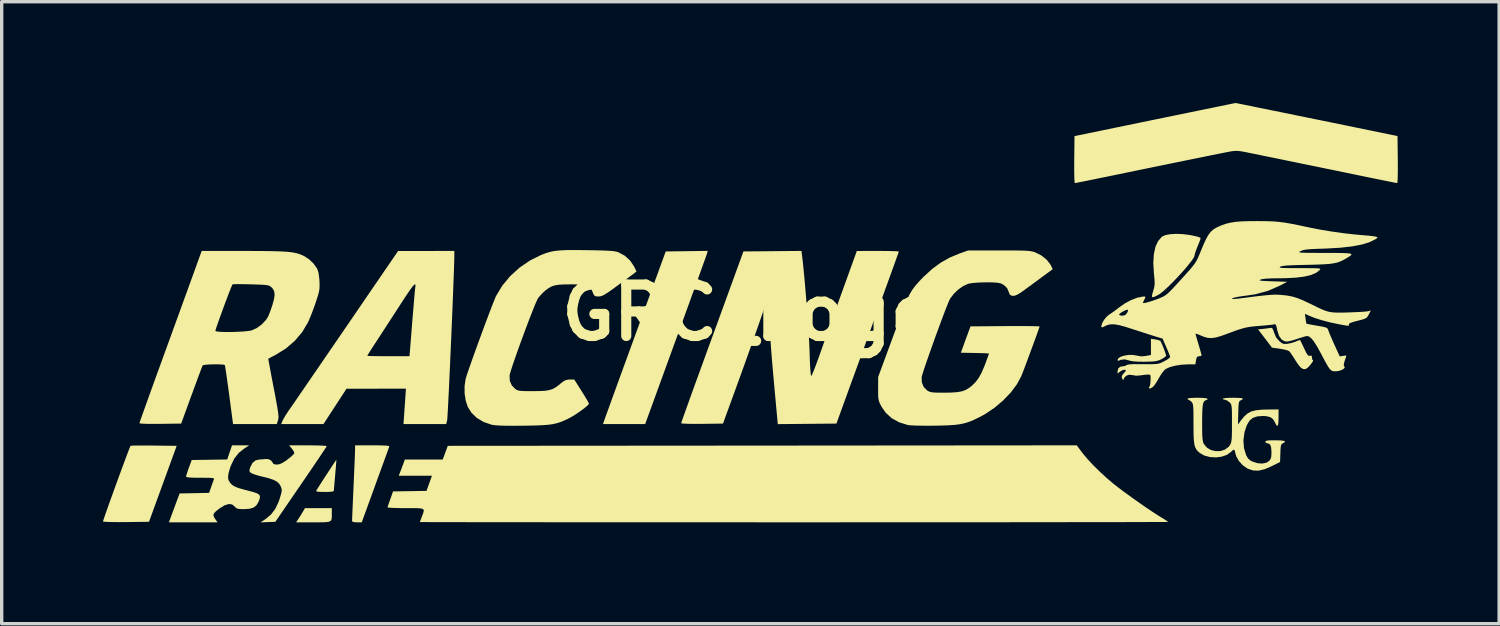
<source format=kicad_pcb>
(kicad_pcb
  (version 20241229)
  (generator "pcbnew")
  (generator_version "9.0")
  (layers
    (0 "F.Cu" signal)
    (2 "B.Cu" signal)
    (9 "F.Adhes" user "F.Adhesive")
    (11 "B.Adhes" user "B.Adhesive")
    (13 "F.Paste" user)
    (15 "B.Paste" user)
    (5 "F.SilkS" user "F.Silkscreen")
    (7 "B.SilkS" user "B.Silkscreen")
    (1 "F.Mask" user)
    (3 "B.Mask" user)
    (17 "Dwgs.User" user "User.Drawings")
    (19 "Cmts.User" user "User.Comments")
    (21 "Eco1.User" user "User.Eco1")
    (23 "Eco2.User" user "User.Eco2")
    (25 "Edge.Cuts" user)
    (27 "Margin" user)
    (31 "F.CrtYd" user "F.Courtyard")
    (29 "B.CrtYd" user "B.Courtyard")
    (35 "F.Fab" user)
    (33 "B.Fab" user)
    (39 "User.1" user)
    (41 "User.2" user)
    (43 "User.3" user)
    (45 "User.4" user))
  (footprint "GRC_Logo"
    (layer "F.Cu")
    (at 19.162 6.211)
    (property "Reference" "GRC_Logo" (at 0 0 0) (layer "F.SilkS") (effects (font (size 1.524 1.524) (thickness 0.3))))
    (attr board_only exclude_from_pos_files exclude_from_bom)
    (fp_poly (pts (xy -12.385 5.95) (xy -12.385 6.041) (xy -12.39 6.108) (xy -12.408 6.154) (xy -12.447 6.183) (xy -12.515 6.199) (xy -12.62 6.206) (xy -12.771 6.208) (xy -12.931 6.208) (xy -13.441 6.208) (xy -13.377 6.11) (xy -13.317 6.017) (xy -13.255 5.915) (xy -13.246 5.9) (xy -13.18 5.788) (xy -12.782 5.788) (xy -12.385 5.788)) (stroke (width 0) (type solid)) (fill yes) (layer "F.SilkS"))
    (fp_poly (pts (xy -12.251 4.387) (xy -12.257 4.466) (xy -12.266 4.584) (xy -12.279 4.728) (xy -12.283 4.783) (xy -12.297 4.939) (xy -12.309 5.077) (xy -12.318 5.184) (xy -12.323 5.247) (xy -12.323 5.255) (xy -12.331 5.281) (xy -12.359 5.296) (xy -12.42 5.304) (xy -12.523 5.308) (xy -12.597 5.308) (xy -12.726 5.306) (xy -12.805 5.301) (xy -12.842 5.289) (xy -12.846 5.271) (xy -12.844 5.267) (xy -12.809 5.211) (xy -12.752 5.121) (xy -12.68 5.008) (xy -12.598 4.881) (xy -12.512 4.75) (xy -12.429 4.623) (xy -12.356 4.511) (xy -12.297 4.423) (xy -12.26 4.369) (xy -12.25 4.356)) (stroke (width 0) (type solid)) (fill yes) (layer "F.SilkS"))
    (fp_poly (pts (xy -1.27 -1.762) (xy -1.282 -1.725) (xy -1.314 -1.635) (xy -1.363 -1.497) (xy -1.429 -1.315) (xy -1.508 -1.093) (xy -1.601 -0.836) (xy -1.706 -0.547) (xy -1.82 -0.231) (xy -1.943 0.108) (xy -2.073 0.466) (xy -2.196 0.802) (xy -3.104 3.298) (xy -3.728 3.298) (xy -4.352 3.299) (xy -4.331 3.231) (xy -4.318 3.194) (xy -4.286 3.104) (xy -4.236 2.966) (xy -4.17 2.784) (xy -4.09 2.562) (xy -3.996 2.305) (xy -3.892 2.017) (xy -3.777 1.701) (xy -3.653 1.362) (xy -3.523 1.005) (xy -3.403 0.675) (xy -2.496 -1.814) (xy -1.874 -1.822) (xy -1.252 -1.831)) (stroke (width 0) (type solid)) (fill yes) (layer "F.SilkS"))
    (fp_poly (pts (xy -17.756 3.934) (xy -17.655 3.935) (xy -16.979 3.943) (xy -17.389 5.068) (xy -17.799 6.193) (xy -18.481 6.201) (xy -18.676 6.202) (xy -18.849 6.201) (xy -18.992 6.198) (xy -19.096 6.193) (xy -19.154 6.187) (xy -19.162 6.183) (xy -19.152 6.148) (xy -19.124 6.064) (xy -19.081 5.939) (xy -19.025 5.78) (xy -18.959 5.595) (xy -18.885 5.391) (xy -18.808 5.176) (xy -18.728 4.957) (xy -18.649 4.742) (xy -18.574 4.538) (xy -18.505 4.352) (xy -18.445 4.192) (xy -18.397 4.066) (xy -18.363 3.98) (xy -18.346 3.942) (xy -18.346 3.942) (xy -18.313 3.938) (xy -18.229 3.935) (xy -18.102 3.934) (xy -17.942 3.933)) (stroke (width 0) (type solid)) (fill yes) (layer "F.SilkS"))
    (fp_poly (pts (xy -10.988 3.929) (xy -10.847 3.933) (xy -10.754 3.939) (xy -10.701 3.948) (xy -10.683 3.961) (xy -10.683 3.966) (xy -10.696 4.002) (xy -10.727 4.087) (xy -10.774 4.217) (xy -10.835 4.384) (xy -10.907 4.582) (xy -10.988 4.805) (xy -11.076 5.046) (xy -11.097 5.105) (xy -11.498 6.208) (xy -11.642 6.208) (xy -11.73 6.204) (xy -11.774 6.188) (xy -11.785 6.156) (xy -11.785 6.155) (xy -11.783 6.113) (xy -11.78 6.019) (xy -11.774 5.88) (xy -11.766 5.704) (xy -11.757 5.498) (xy -11.747 5.269) (xy -11.74 5.128) (xy -11.73 4.887) (xy -11.72 4.66) (xy -11.711 4.457) (xy -11.704 4.284) (xy -11.699 4.151) (xy -11.696 4.065) (xy -11.696 4.041) (xy -11.695 3.928) (xy -11.182 3.928)) (stroke (width 0) (type solid)) (fill yes) (layer "F.SilkS"))
    (fp_poly (pts (xy 12.003 0.792) (xy 12.087 0.81) (xy 12.143 0.829) (xy 12.153 0.835) (xy 12.175 0.875) (xy 12.21 0.952) (xy 12.25 1.05) (xy 12.287 1.148) (xy 12.315 1.23) (xy 12.325 1.274) (xy 12.3 1.305) (xy 12.237 1.349) (xy 12.183 1.378) (xy 12.112 1.41) (xy 12.042 1.43) (xy 11.955 1.443) (xy 11.838 1.449) (xy 11.685 1.452) (xy 11.496 1.45) (xy 11.35 1.44) (xy 11.254 1.423) (xy 11.239 1.417) (xy 11.1 1.382) (xy 10.977 1.396) (xy 10.944 1.411) (xy 10.899 1.426) (xy 10.886 1.4) (xy 10.886 1.397) (xy 10.913 1.346) (xy 10.986 1.302) (xy 11.091 1.27) (xy 11.213 1.251) (xy 11.337 1.25) (xy 11.451 1.269) (xy 11.452 1.27) (xy 11.588 1.294) (xy 11.73 1.28) (xy 11.875 1.252) (xy 11.875 0.772)) (stroke (width 0) (type solid)) (fill yes) (layer "F.SilkS"))
    (fp_poly (pts (xy 12.819 -2.327) (xy 13.027 -2.301) (xy 13.057 -2.295) (xy 13.193 -2.267) (xy 13.29 -2.24) (xy 13.34 -2.216) (xy 13.345 -2.208) (xy 13.334 -2.165) (xy 13.304 -2.083) (xy 13.262 -1.979) (xy 13.256 -1.963) (xy 13.212 -1.853) (xy 13.18 -1.757) (xy 13.166 -1.694) (xy 13.166 -1.69) (xy 13.145 -1.636) (xy 13.087 -1.548) (xy 12.999 -1.435) (xy 12.89 -1.303) (xy 12.764 -1.162) (xy 12.631 -1.017) (xy 12.496 -0.878) (xy 12.367 -0.752) (xy 12.251 -0.646) (xy 12.154 -0.568) (xy 12.102 -0.534) (xy 11.993 -0.478) (xy 11.93 -0.457) (xy 11.904 -0.475) (xy 11.911 -0.536) (xy 11.94 -0.637) (xy 11.965 -0.723) (xy 11.98 -0.798) (xy 11.985 -0.877) (xy 11.981 -0.976) (xy 11.968 -1.114) (xy 11.962 -1.173) (xy 11.945 -1.472) (xy 11.961 -1.732) (xy 12.008 -1.951) (xy 12.087 -2.123) (xy 12.197 -2.248) (xy 12.208 -2.256) (xy 12.304 -2.299) (xy 12.445 -2.325) (xy 12.621 -2.335)) (stroke (width 0) (type solid)) (fill yes) (layer "F.SilkS"))
    (fp_poly (pts (xy 15.474 0.466) (xy 15.508 0.546) (xy 15.519 0.584) (xy 15.582 0.733) (xy 15.669 0.835) (xy 15.743 0.896) (xy 15.802 0.923) (xy 15.876 0.925) (xy 15.922 0.92) (xy 16.036 0.898) (xy 16.147 0.862) (xy 16.173 0.851) (xy 16.244 0.821) (xy 16.288 0.81) (xy 16.293 0.812) (xy 16.309 0.843) (xy 16.345 0.915) (xy 16.392 1.015) (xy 16.413 1.059) (xy 16.468 1.174) (xy 16.509 1.242) (xy 16.541 1.273) (xy 16.572 1.277) (xy 16.583 1.275) (xy 16.628 1.271) (xy 16.643 1.308) (xy 16.643 1.332) (xy 16.654 1.39) (xy 16.675 1.409) (xy 16.676 1.43) (xy 16.643 1.483) (xy 16.597 1.544) (xy 16.514 1.633) (xy 16.446 1.673) (xy 16.38 1.667) (xy 16.324 1.636) (xy 16.28 1.59) (xy 16.217 1.508) (xy 16.149 1.405) (xy 16.135 1.382) (xy 16.071 1.279) (xy 16.012 1.194) (xy 15.971 1.142) (xy 15.964 1.136) (xy 15.914 1.114) (xy 15.823 1.091) (xy 15.709 1.07) (xy 15.69 1.067) (xy 15.46 1.035) (xy 15.254 0.765) (xy 15.048 0.495) (xy 15.223 0.476) (xy 15.325 0.464) (xy 15.406 0.453) (xy 15.439 0.446)) (stroke (width 0) (type solid)) (fill yes) (layer "F.SilkS"))
    (fp_poly (pts (xy -12.917 3.93) (xy -12.764 3.933) (xy -12.644 3.938) (xy -12.564 3.944) (xy -12.535 3.951) (xy -12.535 3.951) (xy -12.552 3.98) (xy -12.599 4.053) (xy -12.673 4.165) (xy -12.771 4.311) (xy -12.89 4.487) (xy -13.025 4.686) (xy -13.175 4.905) (xy -13.297 5.083) (xy -14.057 6.193) (xy -14.276 6.201) (xy -14.495 6.21) (xy -14.348 6.112) (xy -14.187 5.977) (xy -14.061 5.813) (xy -13.962 5.606) (xy -13.928 5.505) (xy -13.891 5.383) (xy -13.871 5.3) (xy -13.868 5.242) (xy -13.879 5.19) (xy -13.896 5.148) (xy -13.941 5.069) (xy -14.008 5.005) (xy -14.107 4.952) (xy -14.248 4.904) (xy -14.426 4.859) (xy -14.558 4.826) (xy -14.674 4.79) (xy -14.756 4.758) (xy -14.784 4.742) (xy -14.818 4.706) (xy -14.825 4.665) (xy -14.807 4.597) (xy -14.799 4.573) (xy -14.732 4.446) (xy -14.638 4.371) (xy -14.518 4.346) (xy -14.429 4.342) (xy -14.357 4.334) (xy -14.353 4.333) (xy -14.262 4.338) (xy -14.182 4.378) (xy -14.14 4.437) (xy -14.111 4.48) (xy -14.048 4.497) (xy -14.01 4.498) (xy -13.936 4.487) (xy -13.854 4.452) (xy -13.749 4.386) (xy -13.697 4.348) (xy -13.604 4.275) (xy -13.534 4.21) (xy -13.497 4.165) (xy -13.495 4.156) (xy -13.513 4.107) (xy -13.558 4.039) (xy -13.572 4.021) (xy -13.65 3.928) (xy -13.093 3.928)) (stroke (width 0) (type solid)) (fill yes) (layer "F.SilkS"))
    (fp_poly (pts (xy 15.504 -5.983) (xy 15.801 -5.923) (xy 16.141 -5.853) (xy 16.509 -5.778) (xy 16.889 -5.701) (xy 17.265 -5.624) (xy 17.622 -5.551) (xy 17.903 -5.493) (xy 19.177 -5.231) (xy 19.186 -4.535) (xy 19.187 -4.338) (xy 19.186 -4.162) (xy 19.183 -4.017) (xy 19.179 -3.909) (xy 19.173 -3.849) (xy 19.169 -3.838) (xy 19.147 -3.842) (xy 19.094 -3.852) (xy 19.006 -3.869) (xy 18.88 -3.894) (xy 18.713 -3.928) (xy 18.503 -3.971) (xy 18.247 -4.023) (xy 17.942 -4.086) (xy 17.584 -4.16) (xy 17.172 -4.245) (xy 17.033 -4.273) (xy 16.856 -4.31) (xy 16.636 -4.355) (xy 16.391 -4.405) (xy 16.136 -4.458) (xy 15.887 -4.508) (xy 15.789 -4.529) (xy 15.564 -4.575) (xy 15.339 -4.621) (xy 15.127 -4.664) (xy 14.941 -4.702) (xy 14.793 -4.732) (xy 14.729 -4.746) (xy 14.578 -4.775) (xy 14.465 -4.79) (xy 14.374 -4.793) (xy 14.284 -4.784) (xy 14.234 -4.776) (xy 14.162 -4.762) (xy 14.033 -4.737) (xy 13.853 -4.701) (xy 13.624 -4.655) (xy 13.351 -4.599) (xy 13.035 -4.535) (xy 12.681 -4.463) (xy 12.293 -4.383) (xy 11.872 -4.297) (xy 11.424 -4.205) (xy 10.951 -4.107) (xy 10.529 -4.02) (xy 10.306 -3.975) (xy 10.103 -3.933) (xy 9.926 -3.897) (xy 9.782 -3.869) (xy 9.68 -3.849) (xy 9.627 -3.839) (xy 9.621 -3.838) (xy 9.614 -3.867) (xy 9.608 -3.947) (xy 9.604 -4.071) (xy 9.602 -4.229) (xy 9.602 -4.414) (xy 9.603 -4.534) (xy 9.611 -5.23) (xy 11.995 -5.721) (xy 14.379 -6.211)) (stroke (width 0) (type solid)) (fill yes) (layer "F.SilkS"))
    (fp_poly (pts (xy -14.967 4.014) (xy -15.139 4.15) (xy -15.272 4.318) (xy -15.374 4.529) (xy -15.397 4.593) (xy -15.442 4.749) (xy -15.459 4.866) (xy -15.445 4.956) (xy -15.399 5.034) (xy -15.352 5.085) (xy -15.298 5.127) (xy -15.225 5.164) (xy -15.121 5.201) (xy -14.974 5.242) (xy -14.896 5.262) (xy -14.728 5.306) (xy -14.612 5.344) (xy -14.543 5.384) (xy -14.513 5.433) (xy -14.517 5.496) (xy -14.547 5.58) (xy -14.562 5.614) (xy -14.622 5.711) (xy -14.705 5.773) (xy -14.821 5.807) (xy -14.984 5.818) (xy -14.99 5.818) (xy -15.104 5.815) (xy -15.175 5.805) (xy -15.221 5.783) (xy -15.259 5.743) (xy -15.337 5.679) (xy -15.435 5.666) (xy -15.556 5.703) (xy -15.703 5.793) (xy -15.721 5.806) (xy -15.823 5.886) (xy -15.878 5.947) (xy -15.892 6.002) (xy -15.868 6.065) (xy -15.829 6.125) (xy -15.77 6.208) (xy -17.209 6.208) (xy -17.124 5.975) (xy -17.071 5.832) (xy -17.014 5.679) (xy -16.966 5.549) (xy -16.966 5.548) (xy -16.892 5.353) (xy -16.456 5.345) (xy -16.019 5.336) (xy -15.959 5.165) (xy -15.924 5.063) (xy -15.893 4.979) (xy -15.879 4.941) (xy -15.874 4.92) (xy -15.887 4.905) (xy -15.925 4.896) (xy -15.998 4.891) (xy -16.113 4.889) (xy -16.279 4.888) (xy -16.28 4.888) (xy -16.458 4.887) (xy -16.581 4.882) (xy -16.659 4.874) (xy -16.696 4.861) (xy -16.702 4.851) (xy -16.691 4.806) (xy -16.664 4.722) (xy -16.627 4.615) (xy -16.617 4.588) (xy -16.534 4.363) (xy -16.008 4.355) (xy -15.483 4.347) (xy -15.412 4.138) (xy -15.34 3.928) (xy -14.832 3.928)) (stroke (width 0) (type solid)) (fill yes) (layer "F.SilkS"))
    (fp_poly (pts (xy -8.756 -1.732) (xy -8.757 -1.649) (xy -8.76 -1.515) (xy -8.766 -1.337) (xy -8.773 -1.12) (xy -8.783 -0.869) (xy -8.793 -0.59) (xy -8.805 -0.289) (xy -8.818 0.029) (xy -8.832 0.359) (xy -8.846 0.694) (xy -8.861 1.03) (xy -8.876 1.361) (xy -8.89 1.681) (xy -8.904 1.985) (xy -8.917 2.266) (xy -8.93 2.521) (xy -8.941 2.742) (xy -8.951 2.925) (xy -8.959 3.064) (xy -8.965 3.153) (xy -8.969 3.186) (xy -8.999 3.299) (xy -10.262 3.299) (xy -10.243 3.021) (xy -10.232 2.858) (xy -10.219 2.679) (xy -10.208 2.519) (xy -10.207 2.497) (xy -10.189 2.249) (xy -11.07 2.251) (xy -11.95 2.252) (xy -12.291 2.775) (xy -12.632 3.299) (xy -13.885 3.299) (xy -13.844 3.199) (xy -13.806 3.127) (xy -13.746 3.026) (xy -13.673 2.915) (xy -13.657 2.891) (xy -13.629 2.852) (xy -13.598 2.807) (xy -13.56 2.752) (xy -13.514 2.686) (xy -13.459 2.606) (xy -13.392 2.508) (xy -13.311 2.39) (xy -13.214 2.25) (xy -13.101 2.084) (xy -12.968 1.89) (xy -12.814 1.666) (xy -12.637 1.408) (xy -12.547 1.276) (xy -11.336 1.276) (xy -11.307 1.28) (xy -11.227 1.284) (xy -11.105 1.286) (xy -10.949 1.288) (xy -10.769 1.289) (xy -10.71 1.289) (xy -10.084 1.289) (xy -10.065 1.057) (xy -10.035 0.678) (xy -10.009 0.355) (xy -9.987 0.082) (xy -9.968 -0.143) (xy -9.953 -0.326) (xy -9.941 -0.47) (xy -9.931 -0.581) (xy -9.923 -0.661) (xy -9.918 -0.716) (xy -9.913 -0.75) (xy -9.912 -0.756) (xy -9.906 -0.817) (xy -9.917 -0.842) (xy -9.947 -0.826) (xy -9.999 -0.769) (xy -10.074 -0.667) (xy -10.175 -0.518) (xy -10.303 -0.323) (xy -10.437 -0.115) (xy -10.589 0.119) (xy -10.745 0.359) (xy -10.892 0.585) (xy -10.995 0.744) (xy -11.097 0.9) (xy -11.187 1.038) (xy -11.26 1.152) (xy -11.31 1.233) (xy -11.334 1.273) (xy -11.336 1.276) (xy -12.547 1.276) (xy -12.435 1.113) (xy -12.206 0.779) (xy -11.949 0.404) (xy -11.661 -0.016) (xy -11.411 -0.383) (xy -10.421 -1.828) (xy -9.589 -1.828) (xy -8.757 -1.829)) (stroke (width 0) (type solid)) (fill yes) (layer "F.SilkS"))
    (fp_poly (pts (xy 9.828 4.131) (xy 9.974 4.31) (xy 10.159 4.51) (xy 10.37 4.718) (xy 10.596 4.924) (xy 10.766 5.067) (xy 10.91 5.18) (xy 11.089 5.314) (xy 11.291 5.461) (xy 11.504 5.612) (xy 11.715 5.759) (xy 11.913 5.892) (xy 12.084 6.003) (xy 12.183 6.064) (xy 12.278 6.122) (xy 12.349 6.168) (xy 12.384 6.194) (xy 12.385 6.196) (xy 12.355 6.197) (xy 12.268 6.198) (xy 12.125 6.198) (xy 11.928 6.199) (xy 11.679 6.2) (xy 11.381 6.201) (xy 11.035 6.202) (xy 10.644 6.202) (xy 10.21 6.203) (xy 9.734 6.203) (xy 9.22 6.204) (xy 8.668 6.205) (xy 8.082 6.205) (xy 7.463 6.206) (xy 6.813 6.206) (xy 6.134 6.206) (xy 5.429 6.207) (xy 4.699 6.207) (xy 3.947 6.207) (xy 3.175 6.207) (xy 2.384 6.208) (xy 1.577 6.208) (xy 1.304 6.208) (xy 0.493 6.208) (xy -0.303 6.207) (xy -1.082 6.207) (xy -1.841 6.207) (xy -2.578 6.207) (xy -3.292 6.207) (xy -3.98 6.207) (xy -4.64 6.206) (xy -5.269 6.206) (xy -5.867 6.206) (xy -6.43 6.205) (xy -6.958 6.205) (xy -7.446 6.205) (xy -7.895 6.204) (xy -8.3 6.204) (xy -8.661 6.203) (xy -8.976 6.203) (xy -9.241 6.202) (xy -9.456 6.202) (xy -9.617 6.201) (xy -9.724 6.201) (xy -9.773 6.2) (xy -9.776 6.2) (xy -9.766 6.17) (xy -9.741 6.101) (xy -9.716 6.035) (xy -9.683 5.949) (xy -9.663 5.885) (xy -9.663 5.841) (xy -9.69 5.813) (xy -9.749 5.797) (xy -9.849 5.789) (xy -9.995 5.788) (xy -10.195 5.788) (xy -10.196 5.788) (xy -10.368 5.787) (xy -10.518 5.783) (xy -10.635 5.778) (xy -10.71 5.772) (xy -10.734 5.765) (xy -10.724 5.728) (xy -10.698 5.65) (xy -10.661 5.546) (xy -10.651 5.518) (xy -10.571 5.293) (xy -10.076 5.285) (xy -9.58 5.277) (xy -9.5 5.052) (xy -9.419 4.828) (xy -10.403 4.828) (xy -10.364 4.731) (xy -10.33 4.642) (xy -10.289 4.532) (xy -10.273 4.491) (xy -10.221 4.348) (xy -9.1 4.348) (xy -9.025 4.146) (xy -8.95 3.943) (xy 0.364 3.936) (xy 9.678 3.928)) (stroke (width 0) (type solid)) (fill yes) (layer "F.SilkS"))
    (fp_poly (pts (xy 1.542 -1.687) (xy 1.566 -1.488) (xy 1.591 -1.24) (xy 1.618 -0.955) (xy 1.645 -0.646) (xy 1.672 -0.323) (xy 1.696 0.002) (xy 1.719 0.318) (xy 1.738 0.612) (xy 1.753 0.874) (xy 1.763 1.092) (xy 1.765 1.155) (xy 1.772 1.391) (xy 1.781 1.585) (xy 1.791 1.733) (xy 1.801 1.83) (xy 1.812 1.873) (xy 1.814 1.874) (xy 1.832 1.847) (xy 1.866 1.771) (xy 1.913 1.653) (xy 1.971 1.501) (xy 2.036 1.323) (xy 2.09 1.17) (xy 2.159 0.974) (xy 2.243 0.735) (xy 2.34 0.463) (xy 2.444 0.17) (xy 2.552 -0.131) (xy 2.659 -0.43) (xy 2.75 -0.682) (xy 3.164 -1.828) (xy 3.786 -1.829) (xy 3.972 -1.828) (xy 4.136 -1.826) (xy 4.268 -1.823) (xy 4.361 -1.818) (xy 4.406 -1.813) (xy 4.408 -1.812) (xy 4.398 -1.781) (xy 4.369 -1.699) (xy 4.323 -1.57) (xy 4.262 -1.399) (xy 4.186 -1.19) (xy 4.099 -0.948) (xy 4.001 -0.678) (xy 3.895 -0.385) (xy 3.781 -0.072) (xy 3.729 0.07) (xy 3.604 0.413) (xy 3.479 0.757) (xy 3.356 1.095) (xy 3.238 1.42) (xy 3.127 1.725) (xy 3.025 2.003) (xy 2.937 2.246) (xy 2.864 2.448) (xy 2.808 2.601) (xy 2.805 2.609) (xy 2.56 3.284) (xy 1.692 3.292) (xy 0.823 3.3) (xy 0.753 2.542) (xy 0.719 2.174) (xy 0.691 1.858) (xy 0.667 1.587) (xy 0.647 1.354) (xy 0.631 1.15) (xy 0.618 0.97) (xy 0.607 0.805) (xy 0.598 0.648) (xy 0.591 0.492) (xy 0.585 0.329) (xy 0.581 0.231) (xy 0.572 -0.003) (xy 0.561 -0.183) (xy 0.55 -0.306) (xy 0.538 -0.371) (xy 0.529 -0.381) (xy 0.498 -0.347) (xy 0.477 -0.298) (xy 0.453 -0.221) (xy 0.41 -0.094) (xy 0.352 0.077) (xy 0.279 0.286) (xy 0.195 0.526) (xy 0.101 0.792) (xy 0.00002 1.077) (xy -0.106 1.374) (xy -0.216 1.679) (xy -0.326 1.984) (xy -0.384 2.144) (xy -0.799 3.284) (xy -1.419 3.292) (xy -1.608 3.293) (xy -1.772 3.292) (xy -1.904 3.288) (xy -1.996 3.283) (xy -2.037 3.275) (xy -2.039 3.273) (xy -2.029 3.241) (xy -2 3.158) (xy -1.954 3.027) (xy -1.892 2.855) (xy -1.817 2.645) (xy -1.73 2.402) (xy -1.632 2.132) (xy -1.525 1.838) (xy -1.411 1.526) (xy -1.362 1.391) (xy -1.238 1.049) (xy -1.112 0.706) (xy -0.989 0.368) (xy -0.871 0.044) (xy -0.76 -0.261) (xy -0.659 -0.538) (xy -0.571 -0.781) (xy -0.497 -0.982) (xy -0.442 -1.134) (xy -0.44 -1.14) (xy -0.195 -1.814) (xy 1.524 -1.83)) (stroke (width 0) (type solid)) (fill yes) (layer "F.SilkS"))
    (fp_poly (pts (xy -4.986 -1.854) (xy -4.828 -1.852) (xy -4.578 -1.848) (xy -4.38 -1.843) (xy -4.226 -1.837) (xy -4.11 -1.83) (xy -4.022 -1.82) (xy -3.955 -1.807) (xy -3.901 -1.791) (xy -3.894 -1.788) (xy -3.709 -1.688) (xy -3.55 -1.543) (xy -3.437 -1.375) (xy -3.361 -1.222) (xy -3.436 -1.162) (xy -3.485 -1.125) (xy -3.573 -1.06) (xy -3.689 -0.974) (xy -3.825 -0.874) (xy -3.938 -0.792) (xy -4.095 -0.678) (xy -4.214 -0.595) (xy -4.303 -0.539) (xy -4.37 -0.505) (xy -4.424 -0.487) (xy -4.474 -0.481) (xy -4.487 -0.481) (xy -4.564 -0.484) (xy -4.608 -0.506) (xy -4.641 -0.561) (xy -4.659 -0.608) (xy -4.696 -0.691) (xy -4.742 -0.751) (xy -4.805 -0.793) (xy -4.895 -0.819) (xy -5.022 -0.833) (xy -5.194 -0.839) (xy -5.306 -0.84) (xy -5.506 -0.837) (xy -5.658 -0.829) (xy -5.776 -0.81) (xy -5.873 -0.779) (xy -5.96 -0.731) (xy -6.051 -0.664) (xy -6.072 -0.647) (xy -6.163 -0.562) (xy -6.249 -0.465) (xy -6.276 -0.429) (xy -6.306 -0.372) (xy -6.353 -0.267) (xy -6.413 -0.121) (xy -6.483 0.058) (xy -6.562 0.261) (xy -6.645 0.481) (xy -6.729 0.709) (xy -6.813 0.937) (xy -6.892 1.158) (xy -6.964 1.363) (xy -7.026 1.544) (xy -7.075 1.694) (xy -7.108 1.804) (xy -7.121 1.86) (xy -7.114 2.016) (xy -7.053 2.155) (xy -6.947 2.262) (xy -6.909 2.286) (xy -6.864 2.303) (xy -6.803 2.314) (xy -6.713 2.32) (xy -6.584 2.323) (xy -6.423 2.323) (xy -6.221 2.32) (xy -6.067 2.312) (xy -5.948 2.293) (xy -5.85 2.262) (xy -5.76 2.214) (xy -5.667 2.146) (xy -5.613 2.1) (xy -5.521 2.03) (xy -5.448 1.993) (xy -5.37 1.98) (xy -5.336 1.979) (xy -5.203 1.98) (xy -4.986 2.324) (xy -4.906 2.452) (xy -4.839 2.563) (xy -4.792 2.646) (xy -4.769 2.691) (xy -4.768 2.695) (xy -4.792 2.73) (xy -4.856 2.788) (xy -4.949 2.861) (xy -5.06 2.941) (xy -5.178 3.02) (xy -5.292 3.089) (xy -5.39 3.142) (xy -5.398 3.146) (xy -5.521 3.201) (xy -5.631 3.245) (xy -5.739 3.278) (xy -5.854 3.303) (xy -5.986 3.32) (xy -6.144 3.332) (xy -6.338 3.34) (xy -6.577 3.345) (xy -6.717 3.347) (xy -7 3.349) (xy -7.229 3.348) (xy -7.407 3.343) (xy -7.54 3.334) (xy -7.633 3.322) (xy -7.647 3.319) (xy -7.887 3.238) (xy -8.091 3.116) (xy -8.253 2.958) (xy -8.355 2.796) (xy -8.419 2.609) (xy -8.452 2.393) (xy -8.453 2.168) (xy -8.42 1.958) (xy -8.413 1.931) (xy -8.384 1.839) (xy -8.337 1.701) (xy -8.277 1.528) (xy -8.205 1.325) (xy -8.125 1.102) (xy -8.039 0.866) (xy -7.951 0.626) (xy -7.864 0.389) (xy -7.779 0.164) (xy -7.702 -0.041) (xy -7.633 -0.219) (xy -7.577 -0.361) (xy -7.537 -0.46) (xy -7.521 -0.495) (xy -7.336 -0.801) (xy -7.101 -1.084) (xy -6.825 -1.335) (xy -6.516 -1.546) (xy -6.199 -1.704) (xy -6.083 -1.75) (xy -5.975 -1.786) (xy -5.865 -1.814) (xy -5.746 -1.833) (xy -5.607 -1.846) (xy -5.44 -1.854) (xy -5.236 -1.856)) (stroke (width 0) (type solid)) (fill yes) (layer "F.SilkS"))
    (fp_poly (pts (xy -14.994 -1.829) (xy -14.651 -1.828) (xy -14.361 -1.826) (xy -14.12 -1.822) (xy -13.92 -1.816) (xy -13.756 -1.807) (xy -13.621 -1.795) (xy -13.511 -1.779) (xy -13.417 -1.758) (xy -13.336 -1.733) (xy -13.259 -1.702) (xy -13.21 -1.68) (xy -13.061 -1.584) (xy -12.926 -1.455) (xy -12.825 -1.313) (xy -12.815 -1.294) (xy -12.778 -1.178) (xy -12.756 -1.01) (xy -12.75 -0.925) (xy -12.747 -0.813) (xy -12.75 -0.72) (xy -12.763 -0.632) (xy -12.789 -0.53) (xy -12.83 -0.4) (xy -12.864 -0.295) (xy -12.922 -0.131) (xy -12.985 0.035) (xy -13.045 0.183) (xy -13.09 0.285) (xy -13.261 0.573) (xy -13.482 0.834) (xy -13.746 1.061) (xy -14.046 1.247) (xy -14.146 1.299) (xy -14.223 1.34) (xy -14.263 1.361) (xy -14.266 1.363) (xy -14.262 1.392) (xy -14.248 1.473) (xy -14.225 1.598) (xy -14.195 1.76) (xy -14.159 1.951) (xy -14.118 2.164) (xy -14.107 2.221) (xy -14.059 2.472) (xy -14.022 2.671) (xy -13.995 2.826) (xy -13.977 2.943) (xy -13.967 3.03) (xy -13.964 3.094) (xy -13.968 3.142) (xy -13.977 3.181) (xy -13.978 3.186) (xy -14.014 3.299) (xy -15.31 3.299) (xy -15.424 2.437) (xy -15.454 2.216) (xy -15.482 2.015) (xy -15.507 1.84) (xy -15.528 1.7) (xy -15.543 1.603) (xy -15.552 1.555) (xy -15.553 1.552) (xy -15.589 1.54) (xy -15.67 1.533) (xy -15.779 1.529) (xy -15.901 1.53) (xy -16.021 1.534) (xy -16.122 1.542) (xy -16.191 1.553) (xy -16.21 1.562) (xy -16.225 1.597) (xy -16.258 1.682) (xy -16.305 1.808) (xy -16.365 1.969) (xy -16.435 2.158) (xy -16.511 2.366) (xy -16.538 2.439) (xy -16.846 3.284) (xy -17.464 3.292) (xy -17.661 3.293) (xy -17.828 3.292) (xy -17.959 3.288) (xy -18.047 3.282) (xy -18.082 3.274) (xy -18.083 3.273) (xy -18.073 3.24) (xy -18.044 3.157) (xy -17.998 3.026) (xy -17.937 2.855) (xy -17.862 2.646) (xy -17.776 2.406) (xy -17.679 2.138) (xy -17.575 1.849) (xy -17.463 1.543) (xy -17.451 1.51) (xy -17.329 1.173) (xy -17.203 0.828) (xy -17.098 0.539) (xy -15.834 0.539) (xy -15.806 0.553) (xy -15.729 0.564) (xy -15.616 0.57) (xy -15.476 0.572) (xy -15.322 0.571) (xy -15.165 0.565) (xy -15.016 0.557) (xy -14.887 0.545) (xy -14.788 0.53) (xy -14.757 0.523) (xy -14.604 0.453) (xy -14.455 0.343) (xy -14.332 0.21) (xy -14.275 0.121) (xy -14.241 0.043) (xy -14.198 -0.072) (xy -14.153 -0.202) (xy -14.141 -0.24) (xy -14.095 -0.409) (xy -14.078 -0.537) (xy -14.092 -0.635) (xy -14.137 -0.715) (xy -14.172 -0.752) (xy -14.203 -0.779) (xy -14.237 -0.798) (xy -14.283 -0.812) (xy -14.353 -0.821) (xy -14.454 -0.829) (xy -14.597 -0.834) (xy -14.775 -0.84) (xy -14.947 -0.844) (xy -15.098 -0.846) (xy -15.218 -0.845) (xy -15.298 -0.843) (xy -15.325 -0.839) (xy -15.341 -0.808) (xy -15.373 -0.731) (xy -15.419 -0.615) (xy -15.474 -0.472) (xy -15.535 -0.31) (xy -15.598 -0.139) (xy -15.66 0.031) (xy -15.718 0.191) (xy -15.768 0.332) (xy -15.806 0.443) (xy -15.829 0.516) (xy -15.834 0.539) (xy -17.098 0.539) (xy -17.079 0.485) (xy -16.957 0.152) (xy -16.843 -0.163) (xy -16.738 -0.452) (xy -16.645 -0.707) (xy -16.569 -0.918) (xy -16.529 -1.027) (xy -16.239 -1.829)) (stroke (width 0) (type solid)) (fill yes) (layer "F.SilkS"))
    (fp_poly (pts (xy 7.639 -1.844) (xy 7.848 -1.843) (xy 8.013 -1.841) (xy 8.14 -1.837) (xy 8.236 -1.831) (xy 8.31 -1.822) (xy 8.369 -1.811) (xy 8.42 -1.796) (xy 8.452 -1.785) (xy 8.628 -1.696) (xy 8.781 -1.575) (xy 8.892 -1.435) (xy 8.908 -1.407) (xy 8.967 -1.291) (xy 8.674 -1.075) (xy 8.532 -0.97) (xy 8.38 -0.858) (xy 8.241 -0.756) (xy 8.162 -0.698) (xy 8.03 -0.603) (xy 7.932 -0.542) (xy 7.859 -0.509) (xy 7.798 -0.498) (xy 7.75 -0.503) (xy 7.694 -0.536) (xy 7.664 -0.613) (xy 7.614 -0.729) (xy 7.515 -0.823) (xy 7.428 -0.868) (xy 7.347 -0.885) (xy 7.223 -0.895) (xy 7.07 -0.9) (xy 6.903 -0.898) (xy 6.74 -0.891) (xy 6.594 -0.879) (xy 6.482 -0.861) (xy 6.456 -0.854) (xy 6.316 -0.791) (xy 6.17 -0.687) (xy 6.035 -0.558) (xy 5.93 -0.42) (xy 5.924 -0.409) (xy 5.895 -0.349) (xy 5.85 -0.241) (xy 5.792 -0.094) (xy 5.723 0.086) (xy 5.647 0.29) (xy 5.566 0.511) (xy 5.482 0.739) (xy 5.4 0.969) (xy 5.321 1.19) (xy 5.249 1.396) (xy 5.186 1.579) (xy 5.136 1.731) (xy 5.101 1.843) (xy 5.084 1.908) (xy 5.084 1.913) (xy 5.089 2.065) (xy 5.145 2.199) (xy 5.244 2.3) (xy 5.245 2.301) (xy 5.291 2.328) (xy 5.339 2.347) (xy 5.402 2.359) (xy 5.491 2.366) (xy 5.619 2.369) (xy 5.757 2.369) (xy 5.975 2.365) (xy 6.146 2.352) (xy 6.281 2.327) (xy 6.393 2.285) (xy 6.493 2.225) (xy 6.581 2.154) (xy 6.685 2.05) (xy 6.774 1.931) (xy 6.855 1.784) (xy 6.936 1.597) (xy 6.976 1.494) (xy 7.019 1.377) (xy 7.053 1.282) (xy 7.074 1.224) (xy 7.077 1.211) (xy 7.049 1.207) (xy 6.972 1.202) (xy 6.856 1.198) (xy 6.712 1.194) (xy 6.661 1.193) (xy 6.245 1.185) (xy 6.387 0.795) (xy 6.53 0.405) (xy 7.553 0.397) (xy 7.794 0.396) (xy 8.015 0.395) (xy 8.209 0.396) (xy 8.368 0.398) (xy 8.487 0.401) (xy 8.559 0.405) (xy 8.577 0.408) (xy 8.567 0.441) (xy 8.539 0.522) (xy 8.497 0.64) (xy 8.444 0.787) (xy 8.383 0.953) (xy 8.318 1.129) (xy 8.252 1.307) (xy 8.189 1.477) (xy 8.132 1.629) (xy 8.084 1.755) (xy 8.048 1.846) (xy 8.035 1.879) (xy 7.905 2.12) (xy 7.725 2.361) (xy 7.504 2.593) (xy 7.253 2.807) (xy 6.98 2.993) (xy 6.802 3.091) (xy 6.647 3.166) (xy 6.508 3.225) (xy 6.374 3.269) (xy 6.233 3.3) (xy 6.074 3.322) (xy 5.886 3.335) (xy 5.657 3.343) (xy 5.473 3.346) (xy 5.271 3.348) (xy 5.081 3.346) (xy 4.914 3.343) (xy 4.782 3.337) (xy 4.695 3.33) (xy 4.678 3.327) (xy 4.418 3.247) (xy 4.197 3.125) (xy 4.018 2.961) (xy 3.897 2.785) (xy 3.852 2.7) (xy 3.823 2.632) (xy 3.806 2.563) (xy 3.797 2.478) (xy 3.795 2.361) (xy 3.795 2.249) (xy 3.796 1.904) (xy 4.21 0.78) (xy 4.305 0.524) (xy 4.397 0.277) (xy 4.485 0.048) (xy 4.565 -0.156) (xy 4.634 -0.328) (xy 4.69 -0.46) (xy 4.728 -0.545) (xy 4.733 -0.555) (xy 4.811 -0.684) (xy 4.915 -0.82) (xy 5.055 -0.975) (xy 5.143 -1.065) (xy 5.399 -1.299) (xy 5.654 -1.486) (xy 5.922 -1.636) (xy 6.198 -1.75) (xy 6.462 -1.844) (xy 7.377 -1.844)) (stroke (width 0) (type solid)) (fill yes) (layer "F.SilkS"))
    (fp_poly (pts (xy 14.458 2.522) (xy 14.555 2.53) (xy 14.597 2.545) (xy 14.588 2.567) (xy 14.537 2.594) (xy 14.508 2.611) (xy 14.488 2.637) (xy 14.475 2.685) (xy 14.468 2.764) (xy 14.463 2.887) (xy 14.461 2.967) (xy 14.452 3.311) (xy 14.539 3.192) (xy 14.637 3.072) (xy 14.735 2.985) (xy 14.845 2.926) (xy 14.981 2.89) (xy 15.155 2.872) (xy 15.316 2.868) (xy 15.654 2.864) (xy 15.654 3.111) (xy 15.649 3.251) (xy 15.636 3.332) (xy 15.613 3.354) (xy 15.581 3.318) (xy 15.552 3.258) (xy 15.494 3.157) (xy 15.413 3.095) (xy 15.297 3.065) (xy 15.181 3.059) (xy 15.017 3.072) (xy 14.889 3.117) (xy 14.792 3.2) (xy 14.716 3.328) (xy 14.655 3.508) (xy 14.646 3.541) (xy 14.613 3.776) (xy 14.63 4.01) (xy 14.693 4.217) (xy 14.75 4.317) (xy 14.828 4.382) (xy 14.88 4.408) (xy 15.03 4.457) (xy 15.173 4.468) (xy 15.296 4.442) (xy 15.37 4.395) (xy 15.412 4.343) (xy 15.435 4.283) (xy 15.443 4.194) (xy 15.444 4.131) (xy 15.436 3.998) (xy 15.411 3.916) (xy 15.364 3.876) (xy 15.318 3.868) (xy 15.273 3.848) (xy 15.264 3.823) (xy 15.274 3.802) (xy 15.312 3.788) (xy 15.386 3.781) (xy 15.508 3.779) (xy 15.547 3.779) (xy 15.705 3.782) (xy 15.805 3.794) (xy 15.846 3.813) (xy 15.831 3.84) (xy 15.789 3.863) (xy 15.754 3.883) (xy 15.732 3.914) (xy 15.719 3.968) (xy 15.711 4.059) (xy 15.708 4.159) (xy 15.699 4.422) (xy 15.444 4.549) (xy 15.241 4.636) (xy 15.065 4.677) (xy 14.907 4.674) (xy 14.757 4.626) (xy 14.721 4.608) (xy 14.593 4.517) (xy 14.483 4.396) (xy 14.405 4.262) (xy 14.375 4.166) (xy 14.357 4.082) (xy 14.332 4.054) (xy 14.288 4.08) (xy 14.246 4.122) (xy 14.126 4.209) (xy 13.971 4.264) (xy 13.797 4.286) (xy 13.62 4.275) (xy 13.454 4.23) (xy 13.317 4.151) (xy 13.312 4.146) (xy 13.255 4.094) (xy 13.212 4.039) (xy 13.18 3.972) (xy 13.159 3.886) (xy 13.145 3.77) (xy 13.138 3.617) (xy 13.135 3.417) (xy 13.135 3.285) (xy 13.134 3.082) (xy 13.133 2.931) (xy 13.129 2.822) (xy 13.122 2.748) (xy 13.112 2.698) (xy 13.097 2.666) (xy 13.077 2.641) (xy 13.075 2.639) (xy 13.021 2.595) (xy 12.985 2.579) (xy 12.956 2.556) (xy 12.955 2.549) (xy 12.983 2.535) (xy 13.063 2.525) (xy 13.186 2.52) (xy 13.255 2.519) (xy 13.404 2.523) (xy 13.504 2.533) (xy 13.553 2.55) (xy 13.547 2.571) (xy 13.495 2.594) (xy 13.461 2.612) (xy 13.435 2.647) (xy 13.416 2.705) (xy 13.404 2.795) (xy 13.396 2.923) (xy 13.392 3.098) (xy 13.391 3.284) (xy 13.392 3.48) (xy 13.395 3.626) (xy 13.402 3.731) (xy 13.413 3.805) (xy 13.428 3.859) (xy 13.441 3.887) (xy 13.53 3.995) (xy 13.652 4.067) (xy 13.791 4.101) (xy 13.934 4.098) (xy 14.066 4.055) (xy 14.175 3.974) (xy 14.214 3.923) (xy 14.235 3.882) (xy 14.251 3.836) (xy 14.262 3.775) (xy 14.269 3.688) (xy 14.273 3.567) (xy 14.274 3.402) (xy 14.274 3.275) (xy 14.274 3.081) (xy 14.273 2.938) (xy 14.269 2.836) (xy 14.262 2.767) (xy 14.251 2.721) (xy 14.234 2.689) (xy 14.21 2.662) (xy 14.201 2.653) (xy 14.133 2.602) (xy 14.069 2.579) (xy 14.066 2.579) (xy 14.016 2.567) (xy 14.004 2.549) (xy 14.033 2.535) (xy 14.113 2.525) (xy 14.235 2.52) (xy 14.304 2.519)) (stroke (width 0) (type solid)) (fill yes) (layer "F.SilkS"))
    (fp_poly (pts (xy 15.216 -2.712) (xy 15.391 -2.708) (xy 15.548 -2.7) (xy 15.698 -2.686) (xy 15.852 -2.665) (xy 16.025 -2.635) (xy 16.226 -2.596) (xy 16.469 -2.544) (xy 16.583 -2.52) (xy 16.877 -2.462) (xy 17.207 -2.407) (xy 17.552 -2.358) (xy 17.887 -2.319) (xy 18.188 -2.292) (xy 18.322 -2.281) (xy 18.438 -2.268) (xy 18.52 -2.256) (xy 18.546 -2.25) (xy 18.582 -2.232) (xy 18.575 -2.211) (xy 18.528 -2.178) (xy 18.353 -2.09) (xy 18.121 -2.019) (xy 17.831 -1.964) (xy 17.484 -1.924) (xy 17.08 -1.901) (xy 17.003 -1.898) (xy 16.792 -1.891) (xy 16.631 -1.884) (xy 16.513 -1.875) (xy 16.427 -1.863) (xy 16.364 -1.848) (xy 16.317 -1.828) (xy 16.314 -1.827) (xy 16.284 -1.81) (xy 16.268 -1.798) (xy 16.272 -1.788) (xy 16.302 -1.781) (xy 16.363 -1.777) (xy 16.461 -1.774) (xy 16.601 -1.772) (xy 16.791 -1.771) (xy 17.029 -1.771) (xy 17.285 -1.77) (xy 17.485 -1.768) (xy 17.634 -1.764) (xy 17.735 -1.757) (xy 17.794 -1.745) (xy 17.815 -1.727) (xy 17.801 -1.702) (xy 17.758 -1.67) (xy 17.69 -1.627) (xy 17.648 -1.603) (xy 17.558 -1.553) (xy 17.472 -1.513) (xy 17.382 -1.483) (xy 17.278 -1.461) (xy 17.152 -1.444) (xy 16.995 -1.433) (xy 16.797 -1.425) (xy 16.549 -1.418) (xy 16.494 -1.417) (xy 16.248 -1.412) (xy 16.055 -1.405) (xy 15.911 -1.398) (xy 15.808 -1.388) (xy 15.741 -1.377) (xy 15.703 -1.363) (xy 15.7 -1.361) (xy 15.687 -1.347) (xy 15.696 -1.337) (xy 15.733 -1.329) (xy 15.806 -1.324) (xy 15.92 -1.321) (xy 16.082 -1.32) (xy 16.282 -1.319) (xy 16.493 -1.319) (xy 16.651 -1.318) (xy 16.763 -1.316) (xy 16.835 -1.312) (xy 16.875 -1.304) (xy 16.889 -1.294) (xy 16.885 -1.279) (xy 16.871 -1.262) (xy 16.766 -1.18) (xy 16.613 -1.116) (xy 16.411 -1.068) (xy 16.157 -1.037) (xy 15.847 -1.022) (xy 15.678 -1.02) (xy 15.449 -1.017) (xy 15.278 -1.008) (xy 15.165 -0.994) (xy 15.124 -0.982) (xy 15.098 -0.967) (xy 15.1 -0.956) (xy 15.137 -0.948) (xy 15.215 -0.941) (xy 15.34 -0.935) (xy 15.475 -0.93) (xy 15.909 -0.915) (xy 15.699 -0.804) (xy 15.342 -0.648) (xy 14.97 -0.547) (xy 14.729 -0.51) (xy 14.559 -0.488) (xy 14.422 -0.465) (xy 14.327 -0.442) (xy 14.279 -0.419) (xy 14.278 -0.406) (xy 14.311 -0.405) (xy 14.391 -0.411) (xy 14.505 -0.423) (xy 14.62 -0.437) (xy 14.876 -0.47) (xy 15.081 -0.495) (xy 15.244 -0.513) (xy 15.374 -0.525) (xy 15.48 -0.532) (xy 15.57 -0.534) (xy 15.654 -0.532) (xy 15.736 -0.526) (xy 15.905 -0.508) (xy 16.055 -0.48) (xy 16.204 -0.436) (xy 16.366 -0.371) (xy 16.559 -0.281) (xy 16.608 -0.258) (xy 16.79 -0.168) (xy 16.933 -0.101) (xy 17.051 -0.054) (xy 17.157 -0.024) (xy 17.267 -0.008) (xy 17.394 -0.002) (xy 17.552 -0.003) (xy 17.729 -0.008) (xy 17.904 -0.015) (xy 18.063 -0.022) (xy 18.193 -0.031) (xy 18.283 -0.04) (xy 18.318 -0.046) (xy 18.388 -0.068) (xy 18.327 0.052) (xy 18.295 0.109) (xy 18.261 0.148) (xy 18.212 0.177) (xy 18.132 0.204) (xy 18.01 0.236) (xy 17.992 0.24) (xy 17.857 0.276) (xy 17.774 0.306) (xy 17.737 0.332) (xy 17.735 0.349) (xy 17.742 0.371) (xy 17.735 0.384) (xy 17.704 0.386) (xy 17.64 0.378) (xy 17.532 0.359) (xy 17.449 0.343) (xy 17.185 0.288) (xy 16.937 0.223) (xy 16.721 0.154) (xy 16.592 0.103) (xy 16.435 0.034) (xy 16.454 0.174) (xy 16.466 0.259) (xy 16.476 0.314) (xy 16.479 0.324) (xy 16.51 0.332) (xy 16.587 0.348) (xy 16.699 0.368) (xy 16.796 0.385) (xy 16.934 0.409) (xy 17.025 0.429) (xy 17.079 0.449) (xy 17.108 0.473) (xy 17.123 0.506) (xy 17.125 0.513) (xy 17.145 0.569) (xy 17.185 0.667) (xy 17.239 0.792) (xy 17.301 0.931) (xy 17.306 0.943) (xy 17.467 1.295) (xy 17.565 1.279) (xy 17.631 1.27) (xy 17.663 1.27) (xy 17.663 1.271) (xy 17.654 1.301) (xy 17.632 1.37) (xy 17.614 1.422) (xy 17.587 1.518) (xy 17.587 1.571) (xy 17.599 1.587) (xy 17.616 1.62) (xy 17.587 1.659) (xy 17.525 1.696) (xy 17.442 1.724) (xy 17.357 1.735) (xy 17.3 1.735) (xy 17.254 1.728) (xy 17.213 1.708) (xy 17.171 1.667) (xy 17.124 1.6) (xy 17.065 1.499) (xy 16.988 1.358) (xy 16.901 1.193) (xy 16.793 0.997) (xy 16.702 0.854) (xy 16.625 0.758) (xy 16.557 0.705) (xy 16.501 0.69) (xy 16.454 0.699) (xy 16.366 0.724) (xy 16.252 0.76) (xy 16.191 0.781) (xy 16.041 0.827) (xy 15.925 0.852) (xy 15.853 0.853) (xy 15.853 0.853) (xy 15.748 0.798) (xy 15.67 0.69) (xy 15.618 0.529) (xy 15.615 0.512) (xy 15.593 0.411) (xy 15.574 0.358) (xy 15.549 0.341) (xy 15.519 0.345) (xy 15.466 0.355) (xy 15.368 0.366) (xy 15.239 0.379) (xy 15.114 0.389) (xy 14.948 0.402) (xy 14.811 0.418) (xy 14.688 0.44) (xy 14.563 0.473) (xy 14.421 0.518) (xy 14.247 0.582) (xy 14.139 0.622) (xy 13.947 0.691) (xy 13.795 0.734) (xy 13.67 0.752) (xy 13.559 0.746) (xy 13.45 0.716) (xy 13.361 0.679) (xy 13.274 0.643) (xy 13.214 0.623) (xy 13.195 0.624) (xy 13.203 0.66) (xy 13.226 0.74) (xy 13.258 0.851) (xy 13.285 0.942) (xy 13.322 1.068) (xy 13.352 1.173) (xy 13.371 1.243) (xy 13.375 1.264) (xy 13.349 1.284) (xy 13.302 1.289) (xy 13.254 1.299) (xy 13.226 1.338) (xy 13.21 1.409) (xy 13.19 1.529) (xy 12.975 1.53) (xy 12.777 1.541) (xy 12.591 1.57) (xy 12.432 1.612) (xy 12.315 1.666) (xy 12.303 1.674) (xy 12.245 1.732) (xy 12.177 1.825) (xy 12.11 1.934) (xy 12.103 1.947) (xy 12.042 2.054) (xy 11.981 2.144) (xy 11.933 2.199) (xy 11.927 2.203) (xy 11.855 2.244) (xy 11.819 2.24) (xy 11.815 2.224) (xy 11.834 2.181) (xy 11.837 2.177) (xy 11.85 2.137) (xy 11.86 2.058) (xy 11.864 1.993) (xy 11.865 1.899) (xy 11.857 1.851) (xy 11.832 1.833) (xy 11.79 1.831) (xy 11.712 1.837) (xy 11.608 1.85) (xy 11.564 1.857) (xy 11.434 1.866) (xy 11.334 1.849) (xy 11.237 1.837) (xy 11.148 1.864) (xy 11.086 1.923) (xy 11.073 1.952) (xy 11.056 1.992) (xy 11.033 1.976) (xy 11.032 1.974) (xy 11.008 1.906) (xy 11.032 1.838) (xy 11.08 1.782) (xy 11.126 1.73) (xy 11.13 1.702) (xy 11.108 1.689) (xy 11.055 1.694) (xy 10.984 1.728) (xy 10.974 1.736) (xy 10.886 1.801) (xy 10.886 1.731) (xy 10.909 1.644) (xy 10.976 1.597) (xy 11.036 1.589) (xy 11.108 1.577) (xy 11.147 1.556) (xy 11.193 1.538) (xy 11.278 1.527) (xy 11.355 1.524) (xy 11.582 1.525) (xy 11.758 1.526) (xy 11.891 1.525) (xy 11.989 1.522) (xy 12.061 1.515) (xy 12.116 1.505) (xy 12.161 1.49) (xy 12.206 1.469) (xy 12.26 1.442) (xy 12.267 1.438) (xy 12.357 1.388) (xy 12.421 1.342) (xy 12.443 1.312) (xy 12.431 1.269) (xy 12.399 1.186) (xy 12.354 1.078) (xy 12.33 1.021) (xy 12.218 0.767) (xy 12.024 0.709) (xy 11.929 0.679) (xy 11.792 0.635) (xy 11.626 0.582) (xy 11.448 0.524) (xy 11.336 0.488) (xy 11.123 0.42) (xy 10.957 0.374) (xy 10.825 0.348) (xy 10.719 0.342) (xy 10.629 0.353) (xy 10.543 0.382) (xy 10.489 0.409) (xy 10.431 0.435) (xy 10.409 0.428) (xy 10.406 0.398) (xy 10.429 0.313) (xy 10.486 0.212) (xy 10.564 0.118) (xy 10.634 0.061) (xy 10.931 0.061) (xy 10.975 0.084) (xy 11.044 0.088) (xy 11.108 0.071) (xy 11.114 0.067) (xy 11.154 0.026) (xy 11.185 -0.027) (xy 11.198 -0.073) (xy 11.185 -0.09) (xy 11.132 -0.077) (xy 11.061 -0.044) (xy 10.992 -0.003) (xy 10.943 0.036) (xy 10.931 0.061) (xy 10.634 0.061) (xy 10.649 0.049) (xy 10.649 0.049) (xy 10.731 -0.005) (xy 10.833 -0.079) (xy 10.917 -0.145) (xy 11.093 -0.269) (xy 11.281 -0.371) (xy 11.466 -0.443) (xy 11.631 -0.477) (xy 11.674 -0.479) (xy 11.707 -0.475) (xy 11.709 -0.449) (xy 11.681 -0.391) (xy 11.65 -0.327) (xy 11.636 -0.291) (xy 11.635 -0.29) (xy 11.661 -0.284) (xy 11.731 -0.297) (xy 11.831 -0.324) (xy 11.951 -0.362) (xy 12.076 -0.407) (xy 12.115 -0.423) (xy 12.191 -0.455) (xy 12.255 -0.486) (xy 12.314 -0.524) (xy 12.376 -0.574) (xy 12.45 -0.644) (xy 12.542 -0.74) (xy 12.661 -0.868) (xy 12.775 -0.994) (xy 12.918 -1.152) (xy 13.028 -1.275) (xy 13.11 -1.373) (xy 13.172 -1.455) (xy 13.22 -1.53) (xy 13.26 -1.608) (xy 13.3 -1.699) (xy 13.346 -1.812) (xy 13.347 -1.814) (xy 13.434 -2.023) (xy 13.508 -2.184) (xy 13.576 -2.304) (xy 13.644 -2.393) (xy 13.716 -2.46) (xy 13.799 -2.512) (xy 13.825 -2.525) (xy 13.961 -2.587) (xy 14.095 -2.634) (xy 14.235 -2.668) (xy 14.394 -2.692) (xy 14.582 -2.706) (xy 14.812 -2.712) (xy 15.009 -2.713)) (stroke (width 0) (type solid)) (fill yes) (layer "F.SilkS")))
  (gr_rect
    (start -3 -3)
    (end 41.349 15.422)
    (stroke (width 0.1) (type default))
    (fill no)
    (layer "Edge.Cuts")))
</source>
